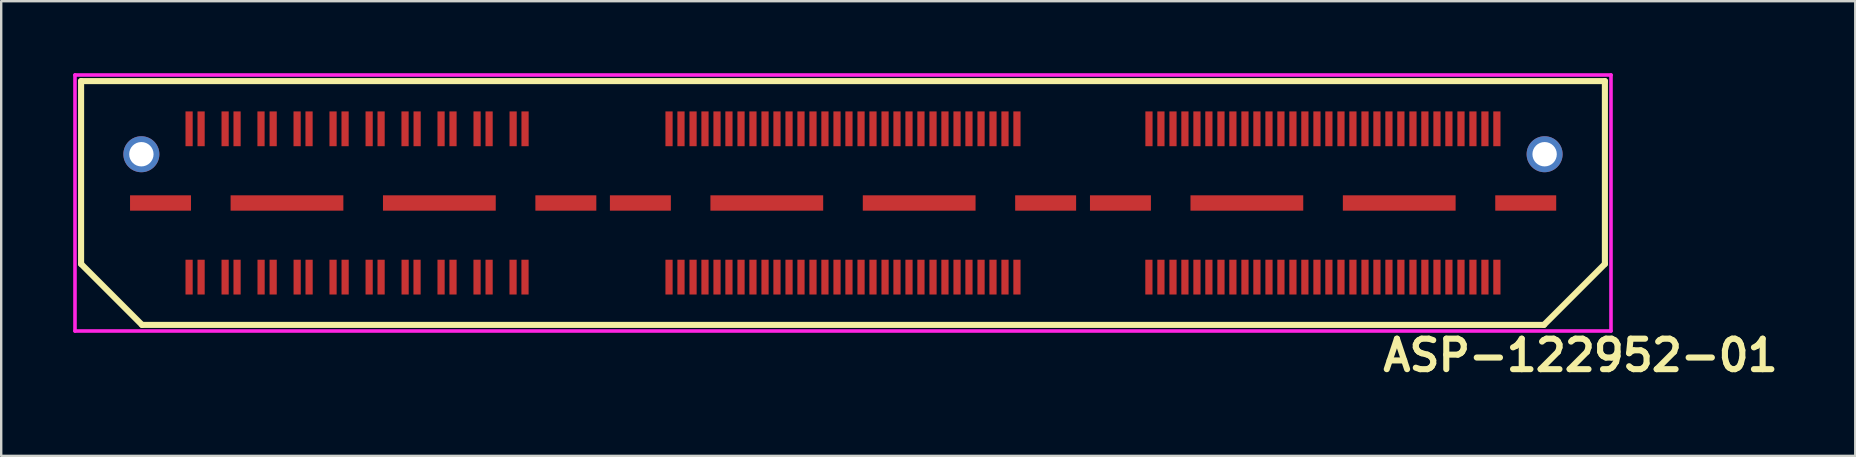
<source format=kicad_pcb>
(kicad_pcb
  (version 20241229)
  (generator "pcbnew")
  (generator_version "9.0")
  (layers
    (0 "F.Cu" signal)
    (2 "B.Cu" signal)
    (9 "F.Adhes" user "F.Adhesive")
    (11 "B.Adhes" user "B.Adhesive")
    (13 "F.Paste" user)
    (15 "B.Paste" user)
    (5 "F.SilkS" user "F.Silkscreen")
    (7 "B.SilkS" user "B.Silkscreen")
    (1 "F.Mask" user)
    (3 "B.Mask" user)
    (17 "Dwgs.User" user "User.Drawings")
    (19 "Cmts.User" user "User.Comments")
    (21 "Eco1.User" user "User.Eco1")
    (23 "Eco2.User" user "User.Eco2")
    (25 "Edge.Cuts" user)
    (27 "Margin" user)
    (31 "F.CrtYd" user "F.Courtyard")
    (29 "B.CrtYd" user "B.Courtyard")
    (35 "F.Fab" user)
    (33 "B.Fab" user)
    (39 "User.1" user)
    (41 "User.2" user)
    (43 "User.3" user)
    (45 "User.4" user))
  (footprint "ASP-122952-01"
    (layer "F.Cu")
    (at 32.079 5.409)
    (property "Reference" "ASP-122952-01" (at 30.734 6.35 0) (layer "F.SilkS") (effects (font (size 1.27 1.27) (thickness 0.254))))
    (attr smd)
    (fp_line (start -31.75 -5.08) (end 31.75 -5.08) (stroke (width 0.254) (type solid)) (layer "F.SilkS"))
    (fp_line (start -31.75 2.54) (end -31.75 -5.08) (stroke (width 0.254) (type solid)) (layer "F.SilkS"))
    (fp_line (start -29.21 5.08) (end -31.75 2.54) (stroke (width 0.254) (type solid)) (layer "F.SilkS"))
    (fp_line (start -29.21 5.08) (end 29.21 5.08) (stroke (width 0.254) (type solid)) (layer "F.SilkS"))
    (fp_line (start 29.21 5.08) (end 31.75 2.54) (stroke (width 0.254) (type solid)) (layer "F.SilkS"))
    (fp_line (start 31.75 2.54) (end 31.75 -5.08) (stroke (width 0.254) (type solid)) (layer "F.SilkS"))
    (fp_line (start -32.004 -5.334) (end -32.004 5.334) (stroke (width 0.15) (type solid)) (layer "F.CrtYd"))
    (fp_line (start -32.004 5.334) (end 32.004 5.334) (stroke (width 0.15) (type solid)) (layer "F.CrtYd"))
    (fp_line (start 32.004 -5.334) (end -32.004 -5.334) (stroke (width 0.15) (type solid)) (layer "F.CrtYd"))
    (fp_line (start 32.004 5.334) (end 32.004 -5.334) (stroke (width 0.15) (type solid)) (layer "F.CrtYd"))
    (pad "" np_thru_hole circle (at -29.238 -2.032) (size 1.501 1.501) (drill 1.016) (layers "*.Cu" "*.Mask"))
    (pad "" np_thru_hole circle (at 29.238 -2.032) (size 1.501 1.501) (drill 1.016) (layers "*.Cu" "*.Mask"))
    (pad "1" smd rect (at -27.249 -3.091) (size 0.3 1.45) (layers "F.Cu" "F.Mask" "F.Paste"))
    (pad "2" smd rect (at -27.249 3.089) (size 0.3 1.45) (layers "F.Cu" "F.Mask" "F.Paste"))
    (pad "3" smd rect (at -26.749 -3.091) (size 0.3 1.45) (layers "F.Cu" "F.Mask" "F.Paste"))
    (pad "4" smd rect (at -26.749 3.089) (size 0.3 1.45) (layers "F.Cu" "F.Mask" "F.Paste"))
    (pad "5" smd rect (at -25.748 -3.091) (size 0.3 1.45) (layers "F.Cu" "F.Mask" "F.Paste"))
    (pad "6" smd rect (at -25.748 3.089) (size 0.3 1.45) (layers "F.Cu" "F.Mask" "F.Paste"))
    (pad "7" smd rect (at -25.25 -3.091) (size 0.3 1.45) (layers "F.Cu" "F.Mask" "F.Paste"))
    (pad "8" smd rect (at -25.25 3.089) (size 0.3 1.45) (layers "F.Cu" "F.Mask" "F.Paste"))
    (pad "9" smd rect (at -24.252 -3.091) (size 0.3 1.45) (layers "F.Cu" "F.Mask" "F.Paste"))
    (pad "10" smd rect (at -24.249 3.089) (size 0.3 1.45) (layers "F.Cu" "F.Mask" "F.Paste"))
    (pad "11" smd rect (at -23.746 -3.091) (size 0.3 1.45) (layers "F.Cu" "F.Mask" "F.Paste"))
    (pad "12" smd rect (at -23.746 3.089) (size 0.3 1.45) (layers "F.Cu" "F.Mask" "F.Paste"))
    (pad "13" smd rect (at -22.748 -3.091) (size 0.3 1.45) (layers "F.Cu" "F.Mask" "F.Paste"))
    (pad "14" smd rect (at -22.746 3.089) (size 0.3 1.45) (layers "F.Cu" "F.Mask" "F.Paste"))
    (pad "15" smd rect (at -22.25 -3.091) (size 0.3 1.45) (layers "F.Cu" "F.Mask" "F.Paste"))
    (pad "16" smd rect (at -22.248 3.089) (size 0.3 1.45) (layers "F.Cu" "F.Mask" "F.Paste"))
    (pad "17" smd rect (at -21.25 -3.091) (size 0.3 1.45) (layers "F.Cu" "F.Mask" "F.Paste"))
    (pad "18" smd rect (at -21.25 3.089) (size 0.3 1.45) (layers "F.Cu" "F.Mask" "F.Paste"))
    (pad "19" smd rect (at -20.749 -3.091) (size 0.3 1.45) (layers "F.Cu" "F.Mask" "F.Paste"))
    (pad "20" smd rect (at -20.747 3.089) (size 0.3 1.45) (layers "F.Cu" "F.Mask" "F.Paste"))
    (pad "21" smd rect (at -19.746 -3.091) (size 0.3 1.45) (layers "F.Cu" "F.Mask" "F.Paste"))
    (pad "22" smd rect (at -19.746 3.089) (size 0.3 1.45) (layers "F.Cu" "F.Mask" "F.Paste"))
    (pad "23" smd rect (at -19.248 -3.091) (size 0.3 1.45) (layers "F.Cu" "F.Mask" "F.Paste"))
    (pad "24" smd rect (at -19.248 3.089) (size 0.3 1.45) (layers "F.Cu" "F.Mask" "F.Paste"))
    (pad "25" smd rect (at -18.25 -3.091) (size 0.3 1.45) (layers "F.Cu" "F.Mask" "F.Paste"))
    (pad "26" smd rect (at -18.247 3.089) (size 0.3 1.45) (layers "F.Cu" "F.Mask" "F.Paste"))
    (pad "27" smd rect (at -17.747 -3.091) (size 0.3 1.45) (layers "F.Cu" "F.Mask" "F.Paste"))
    (pad "28" smd rect (at -17.75 3.089) (size 0.3 1.45) (layers "F.Cu" "F.Mask" "F.Paste"))
    (pad "29" smd rect (at -16.749 -3.091) (size 0.3 1.45) (layers "F.Cu" "F.Mask" "F.Paste"))
    (pad "30" smd rect (at -16.749 3.089) (size 0.3 1.45) (layers "F.Cu" "F.Mask" "F.Paste"))
    (pad "31" smd rect (at -16.251 -3.091) (size 0.3 1.45) (layers "F.Cu" "F.Mask" "F.Paste"))
    (pad "32" smd rect (at -16.251 3.089) (size 0.3 1.45) (layers "F.Cu" "F.Mask" "F.Paste"))
    (pad "33" smd rect (at -15.248 -3.091) (size 0.3 1.45) (layers "F.Cu" "F.Mask" "F.Paste"))
    (pad "34" smd rect (at -15.25 3.089) (size 0.3 1.45) (layers "F.Cu" "F.Mask" "F.Paste"))
    (pad "35" smd rect (at -14.747 -3.091) (size 0.3 1.45) (layers "F.Cu" "F.Mask" "F.Paste"))
    (pad "36" smd rect (at -14.747 3.089) (size 0.3 1.45) (layers "F.Cu" "F.Mask" "F.Paste"))
    (pad "37" smd rect (at -13.746 -3.091) (size 0.3 1.45) (layers "F.Cu" "F.Mask" "F.Paste"))
    (pad "38" smd rect (at -13.749 3.089) (size 0.3 1.45) (layers "F.Cu" "F.Mask" "F.Paste"))
    (pad "39" smd rect (at -13.249 -3.091) (size 0.3 1.45) (layers "F.Cu" "F.Mask" "F.Paste"))
    (pad "40" smd rect (at -13.251 3.089) (size 0.3 1.45) (layers "F.Cu" "F.Mask" "F.Paste"))
    (pad "41" smd rect (at -7.249 -3.091) (size 0.3 1.45) (layers "F.Cu" "F.Mask" "F.Paste"))
    (pad "42" smd rect (at -7.249 3.089) (size 0.3 1.45) (layers "F.Cu" "F.Mask" "F.Paste"))
    (pad "43" smd rect (at -6.751 -3.091) (size 0.3 1.45) (layers "F.Cu" "F.Mask" "F.Paste"))
    (pad "44" smd rect (at -6.751 3.089) (size 0.3 1.45) (layers "F.Cu" "F.Mask" "F.Paste"))
    (pad "45" smd rect (at -6.248 -3.091) (size 0.3 1.45) (layers "F.Cu" "F.Mask" "F.Paste"))
    (pad "46" smd rect (at -6.248 3.089) (size 0.3 1.45) (layers "F.Cu" "F.Mask" "F.Paste"))
    (pad "47" smd rect (at -5.751 -3.091) (size 0.3 1.45) (layers "F.Cu" "F.Mask" "F.Paste"))
    (pad "48" smd rect (at -5.751 3.089) (size 0.3 1.45) (layers "F.Cu" "F.Mask" "F.Paste"))
    (pad "49" smd rect (at -5.25 -3.091) (size 0.3 1.45) (layers "F.Cu" "F.Mask" "F.Paste"))
    (pad "50" smd rect (at -5.25 3.089) (size 0.3 1.45) (layers "F.Cu" "F.Mask" "F.Paste"))
    (pad "51" smd rect (at -4.752 -3.091) (size 0.3 1.45) (layers "F.Cu" "F.Mask" "F.Paste"))
    (pad "52" smd rect (at -4.752 3.089) (size 0.3 1.45) (layers "F.Cu" "F.Mask" "F.Paste"))
    (pad "53" smd rect (at -4.249 -3.091) (size 0.3 1.45) (layers "F.Cu" "F.Mask" "F.Paste"))
    (pad "54" smd rect (at -4.249 3.089) (size 0.3 1.45) (layers "F.Cu" "F.Mask" "F.Paste"))
    (pad "55" smd rect (at -3.752 -3.091) (size 0.3 1.45) (layers "F.Cu" "F.Mask" "F.Paste"))
    (pad "56" smd rect (at -3.752 3.089) (size 0.3 1.45) (layers "F.Cu" "F.Mask" "F.Paste"))
    (pad "57" smd rect (at -3.249 -3.091) (size 0.3 1.45) (layers "F.Cu" "F.Mask" "F.Paste"))
    (pad "58" smd rect (at -3.249 3.089) (size 0.3 1.45) (layers "F.Cu" "F.Mask" "F.Paste"))
    (pad "59" smd rect (at -2.751 -3.091) (size 0.3 1.45) (layers "F.Cu" "F.Mask" "F.Paste"))
    (pad "60" smd rect (at -2.751 3.089) (size 0.3 1.45) (layers "F.Cu" "F.Mask" "F.Paste"))
    (pad "61" smd rect (at -2.248 -3.091) (size 0.3 1.45) (layers "F.Cu" "F.Mask" "F.Paste"))
    (pad "62" smd rect (at -2.248 3.089) (size 0.3 1.45) (layers "F.Cu" "F.Mask" "F.Paste"))
    (pad "63" smd rect (at -1.75 -3.091) (size 0.3 1.45) (layers "F.Cu" "F.Mask" "F.Paste"))
    (pad "64" smd rect (at -1.75 3.089) (size 0.3 1.45) (layers "F.Cu" "F.Mask" "F.Paste"))
    (pad "65" smd rect (at -1.25 -3.091) (size 0.3 1.45) (layers "F.Cu" "F.Mask" "F.Paste"))
    (pad "66" smd rect (at -1.25 3.089) (size 0.3 1.45) (layers "F.Cu" "F.Mask" "F.Paste"))
    (pad "67" smd rect (at -0.752 -3.091) (size 0.3 1.45) (layers "F.Cu" "F.Mask" "F.Paste"))
    (pad "68" smd rect (at -0.752 3.089) (size 0.3 1.45) (layers "F.Cu" "F.Mask" "F.Paste"))
    (pad "69" smd rect (at -0.249 -3.091) (size 0.3 1.45) (layers "F.Cu" "F.Mask" "F.Paste"))
    (pad "70" smd rect (at -0.249 3.089) (size 0.3 1.45) (layers "F.Cu" "F.Mask" "F.Paste"))
    (pad "71" smd rect (at 0.249 -3.091) (size 0.3 1.45) (layers "F.Cu" "F.Mask" "F.Paste"))
    (pad "72" smd rect (at 0.249 3.089) (size 0.3 1.45) (layers "F.Cu" "F.Mask" "F.Paste"))
    (pad "73" smd rect (at 0.752 -3.091) (size 0.3 1.45) (layers "F.Cu" "F.Mask" "F.Paste"))
    (pad "74" smd rect (at 0.752 3.089) (size 0.3 1.45) (layers "F.Cu" "F.Mask" "F.Paste"))
    (pad "75" smd rect (at 1.25 -3.091) (size 0.3 1.45) (layers "F.Cu" "F.Mask" "F.Paste"))
    (pad "76" smd rect (at 1.25 3.089) (size 0.3 1.45) (layers "F.Cu" "F.Mask" "F.Paste"))
    (pad "77" smd rect (at 1.753 -3.091) (size 0.3 1.45) (layers "F.Cu" "F.Mask" "F.Paste"))
    (pad "78" smd rect (at 1.753 3.089) (size 0.3 1.45) (layers "F.Cu" "F.Mask" "F.Paste"))
    (pad "79" smd rect (at 2.25 -3.091) (size 0.3 1.45) (layers "F.Cu" "F.Mask" "F.Paste"))
    (pad "80" smd rect (at 2.25 3.089) (size 0.3 1.45) (layers "F.Cu" "F.Mask" "F.Paste"))
    (pad "81" smd rect (at 2.751 -3.091) (size 0.3 1.45) (layers "F.Cu" "F.Mask" "F.Paste"))
    (pad "82" smd rect (at 2.751 3.089) (size 0.3 1.45) (layers "F.Cu" "F.Mask" "F.Paste"))
    (pad "83" smd rect (at 3.249 -3.091) (size 0.3 1.45) (layers "F.Cu" "F.Mask" "F.Paste"))
    (pad "84" smd rect (at 3.249 3.089) (size 0.3 1.45) (layers "F.Cu" "F.Mask" "F.Paste"))
    (pad "85" smd rect (at 3.752 -3.091) (size 0.3 1.45) (layers "F.Cu" "F.Mask" "F.Paste"))
    (pad "86" smd rect (at 3.752 3.089) (size 0.3 1.45) (layers "F.Cu" "F.Mask" "F.Paste"))
    (pad "87" smd rect (at 4.249 -3.091) (size 0.3 1.45) (layers "F.Cu" "F.Mask" "F.Paste"))
    (pad "88" smd rect (at 4.249 3.089) (size 0.3 1.45) (layers "F.Cu" "F.Mask" "F.Paste"))
    (pad "89" smd rect (at 4.752 -3.091) (size 0.3 1.45) (layers "F.Cu" "F.Mask" "F.Paste"))
    (pad "90" smd rect (at 4.752 3.089) (size 0.3 1.45) (layers "F.Cu" "F.Mask" "F.Paste"))
    (pad "91" smd rect (at 5.25 -3.091) (size 0.3 1.45) (layers "F.Cu" "F.Mask" "F.Paste"))
    (pad "92" smd rect (at 5.25 3.089) (size 0.3 1.45) (layers "F.Cu" "F.Mask" "F.Paste"))
    (pad "93" smd rect (at 5.753 -3.091) (size 0.3 1.45) (layers "F.Cu" "F.Mask" "F.Paste"))
    (pad "94" smd rect (at 5.753 3.089) (size 0.3 1.45) (layers "F.Cu" "F.Mask" "F.Paste"))
    (pad "95" smd rect (at 6.251 -3.091) (size 0.3 1.45) (layers "F.Cu" "F.Mask" "F.Paste"))
    (pad "96" smd rect (at 6.251 3.089) (size 0.3 1.45) (layers "F.Cu" "F.Mask" "F.Paste"))
    (pad "97" smd rect (at 6.751 -3.091) (size 0.3 1.45) (layers "F.Cu" "F.Mask" "F.Paste"))
    (pad "98" smd rect (at 6.751 3.089) (size 0.3 1.45) (layers "F.Cu" "F.Mask" "F.Paste"))
    (pad "99" smd rect (at 7.249 -3.091) (size 0.3 1.45) (layers "F.Cu" "F.Mask" "F.Paste"))
    (pad "100" smd rect (at 7.249 3.089) (size 0.3 1.45) (layers "F.Cu" "F.Mask" "F.Paste"))
    (pad "101" smd rect (at 12.751 -3.091) (size 0.3 1.45) (layers "F.Cu" "F.Mask" "F.Paste"))
    (pad "102" smd rect (at 12.748 3.089) (size 0.3 1.45) (layers "F.Cu" "F.Mask" "F.Paste"))
    (pad "103" smd rect (at 13.249 -3.091) (size 0.3 1.45) (layers "F.Cu" "F.Mask" "F.Paste"))
    (pad "104" smd rect (at 13.249 3.089) (size 0.3 1.45) (layers "F.Cu" "F.Mask" "F.Paste"))
    (pad "105" smd rect (at 13.752 -3.091) (size 0.3 1.45) (layers "F.Cu" "F.Mask" "F.Paste"))
    (pad "106" smd rect (at 13.752 3.089) (size 0.3 1.45) (layers "F.Cu" "F.Mask" "F.Paste"))
    (pad "107" smd rect (at 14.249 -3.091) (size 0.3 1.45) (layers "F.Cu" "F.Mask" "F.Paste"))
    (pad "108" smd rect (at 14.249 3.089) (size 0.3 1.45) (layers "F.Cu" "F.Mask" "F.Paste"))
    (pad "109" smd rect (at 14.75 -3.091) (size 0.3 1.45) (layers "F.Cu" "F.Mask" "F.Paste"))
    (pad "110" smd rect (at 14.75 3.089) (size 0.3 1.45) (layers "F.Cu" "F.Mask" "F.Paste"))
    (pad "111" smd rect (at 15.248 -3.091) (size 0.3 1.45) (layers "F.Cu" "F.Mask" "F.Paste"))
    (pad "112" smd rect (at 15.248 3.089) (size 0.3 1.45) (layers "F.Cu" "F.Mask" "F.Paste"))
    (pad "113" smd rect (at 15.751 -3.091) (size 0.3 1.45) (layers "F.Cu" "F.Mask" "F.Paste"))
    (pad "114" smd rect (at 15.751 3.089) (size 0.3 1.45) (layers "F.Cu" "F.Mask" "F.Paste"))
    (pad "115" smd rect (at 16.248 -3.091) (size 0.3 1.45) (layers "F.Cu" "F.Mask" "F.Paste"))
    (pad "116" smd rect (at 16.248 3.089) (size 0.3 1.45) (layers "F.Cu" "F.Mask" "F.Paste"))
    (pad "117" smd rect (at 16.751 -3.091) (size 0.3 1.45) (layers "F.Cu" "F.Mask" "F.Paste"))
    (pad "118" smd rect (at 16.751 3.089) (size 0.3 1.45) (layers "F.Cu" "F.Mask" "F.Paste"))
    (pad "119" smd rect (at 17.249 -3.091) (size 0.3 1.45) (layers "F.Cu" "F.Mask" "F.Paste"))
    (pad "120" smd rect (at 17.249 3.089) (size 0.3 1.45) (layers "F.Cu" "F.Mask" "F.Paste"))
    (pad "121" smd rect (at 17.752 -3.091) (size 0.3 1.45) (layers "F.Cu" "F.Mask" "F.Paste"))
    (pad "122" smd rect (at 17.752 3.089) (size 0.3 1.45) (layers "F.Cu" "F.Mask" "F.Paste"))
    (pad "123" smd rect (at 18.25 -3.091) (size 0.3 1.45) (layers "F.Cu" "F.Mask" "F.Paste"))
    (pad "124" smd rect (at 18.25 3.089) (size 0.3 1.45) (layers "F.Cu" "F.Mask" "F.Paste"))
    (pad "125" smd rect (at 18.75 -3.091) (size 0.3 1.45) (layers "F.Cu" "F.Mask" "F.Paste"))
    (pad "126" smd rect (at 18.75 3.089) (size 0.3 1.45) (layers "F.Cu" "F.Mask" "F.Paste"))
    (pad "127" smd rect (at 19.248 -3.091) (size 0.3 1.45) (layers "F.Cu" "F.Mask" "F.Paste"))
    (pad "128" smd rect (at 19.248 3.089) (size 0.3 1.45) (layers "F.Cu" "F.Mask" "F.Paste"))
    (pad "129" smd rect (at 19.751 -3.091) (size 0.3 1.45) (layers "F.Cu" "F.Mask" "F.Paste"))
    (pad "130" smd rect (at 19.751 3.089) (size 0.3 1.45) (layers "F.Cu" "F.Mask" "F.Paste"))
    (pad "131" smd rect (at 20.249 -3.091) (size 0.3 1.45) (layers "F.Cu" "F.Mask" "F.Paste"))
    (pad "132" smd rect (at 20.249 3.089) (size 0.3 1.45) (layers "F.Cu" "F.Mask" "F.Paste"))
    (pad "133" smd rect (at 20.752 -3.091) (size 0.3 1.45) (layers "F.Cu" "F.Mask" "F.Paste"))
    (pad "134" smd rect (at 20.752 3.089) (size 0.3 1.45) (layers "F.Cu" "F.Mask" "F.Paste"))
    (pad "135" smd rect (at 21.25 -3.091) (size 0.3 1.45) (layers "F.Cu" "F.Mask" "F.Paste"))
    (pad "136" smd rect (at 21.25 3.089) (size 0.3 1.45) (layers "F.Cu" "F.Mask" "F.Paste"))
    (pad "137" smd rect (at 21.753 -3.091) (size 0.3 1.45) (layers "F.Cu" "F.Mask" "F.Paste"))
    (pad "138" smd rect (at 21.753 3.089) (size 0.3 1.45) (layers "F.Cu" "F.Mask" "F.Paste"))
    (pad "139" smd rect (at 22.25 -3.091) (size 0.3 1.45) (layers "F.Cu" "F.Mask" "F.Paste"))
    (pad "140" smd rect (at 22.25 3.089) (size 0.3 1.45) (layers "F.Cu" "F.Mask" "F.Paste"))
    (pad "141" smd rect (at 22.751 -3.091) (size 0.3 1.45) (layers "F.Cu" "F.Mask" "F.Paste"))
    (pad "142" smd rect (at 22.751 3.089) (size 0.3 1.45) (layers "F.Cu" "F.Mask" "F.Paste"))
    (pad "143" smd rect (at 23.249 -3.091) (size 0.3 1.45) (layers "F.Cu" "F.Mask" "F.Paste"))
    (pad "144" smd rect (at 23.249 3.089) (size 0.3 1.45) (layers "F.Cu" "F.Mask" "F.Paste"))
    (pad "145" smd rect (at 23.752 -3.091) (size 0.3 1.45) (layers "F.Cu" "F.Mask" "F.Paste"))
    (pad "146" smd rect (at 23.752 3.089) (size 0.3 1.45) (layers "F.Cu" "F.Mask" "F.Paste"))
    (pad "147" smd rect (at 24.249 -3.091) (size 0.3 1.45) (layers "F.Cu" "F.Mask" "F.Paste"))
    (pad "148" smd rect (at 24.249 3.089) (size 0.3 1.45) (layers "F.Cu" "F.Mask" "F.Paste"))
    (pad "149" smd rect (at 24.752 -3.091) (size 0.3 1.45) (layers "F.Cu" "F.Mask" "F.Paste"))
    (pad "150" smd rect (at 24.752 3.089) (size 0.3 1.45) (layers "F.Cu" "F.Mask" "F.Paste"))
    (pad "151" smd rect (at 25.25 -3.091) (size 0.3 1.45) (layers "F.Cu" "F.Mask" "F.Paste"))
    (pad "152" smd rect (at 25.25 3.089) (size 0.3 1.45) (layers "F.Cu" "F.Mask" "F.Paste"))
    (pad "153" smd rect (at 25.753 -3.091) (size 0.3 1.45) (layers "F.Cu" "F.Mask" "F.Paste"))
    (pad "154" smd rect (at 25.753 3.089) (size 0.3 1.45) (layers "F.Cu" "F.Mask" "F.Paste"))
    (pad "155" smd rect (at 26.251 -3.091) (size 0.3 1.45) (layers "F.Cu" "F.Mask" "F.Paste"))
    (pad "156" smd rect (at 26.251 3.089) (size 0.3 1.45) (layers "F.Cu" "F.Mask" "F.Paste"))
    (pad "157" smd rect (at 26.751 -3.091) (size 0.3 1.45) (layers "F.Cu" "F.Mask" "F.Paste"))
    (pad "158" smd rect (at 26.751 3.089) (size 0.3 1.45) (layers "F.Cu" "F.Mask" "F.Paste"))
    (pad "159" smd rect (at 27.249 -3.091) (size 0.3 1.45) (layers "F.Cu" "F.Mask" "F.Paste"))
    (pad "160" smd rect (at 27.249 3.089) (size 0.3 1.45) (layers "F.Cu" "F.Mask" "F.Paste"))
    (pad "161" smd rect (at -28.44 0) (size 2.54 0.64) (layers "F.Cu" "F.Mask" "F.Paste"))
    (pad "162" smd rect (at -23.17 0) (size 4.699 0.64) (layers "F.Cu" "F.Mask" "F.Paste"))
    (pad "163" smd rect (at -16.82 0) (size 4.699 0.64) (layers "F.Cu" "F.Mask" "F.Paste"))
    (pad "164" smd rect (at -11.549 0) (size 2.54 0.64) (layers "F.Cu" "F.Mask" "F.Paste"))
    (pad "165" smd rect (at -8.443 0) (size 2.54 0.64) (layers "F.Cu" "F.Mask" "F.Paste"))
    (pad "166" smd rect (at -3.175 0) (size 4.699 0.64) (layers "F.Cu" "F.Mask" "F.Paste"))
    (pad "167" smd rect (at 3.175 0) (size 4.699 0.64) (layers "F.Cu" "F.Mask" "F.Paste"))
    (pad "168" smd rect (at 8.445 0) (size 2.54 0.64) (layers "F.Cu" "F.Mask" "F.Paste"))
    (pad "169" smd rect (at 11.562 0) (size 2.54 0.64) (layers "F.Cu" "F.Mask" "F.Paste"))
    (pad "170" smd rect (at 16.83 0) (size 4.699 0.64) (layers "F.Cu" "F.Mask" "F.Paste"))
    (pad "171" smd rect (at 23.18 0) (size 4.699 0.64) (layers "F.Cu" "F.Mask" "F.Paste"))
    (pad "172" smd rect (at 28.451 0) (size 2.54 0.64) (layers "F.Cu" "F.Mask" "F.Paste")))
  (gr_rect
    (start -3 -3)
    (end 74.262 15.948)
    (stroke (width 0.1) (type default))
    (fill no)
    (layer "Edge.Cuts")))
</source>
